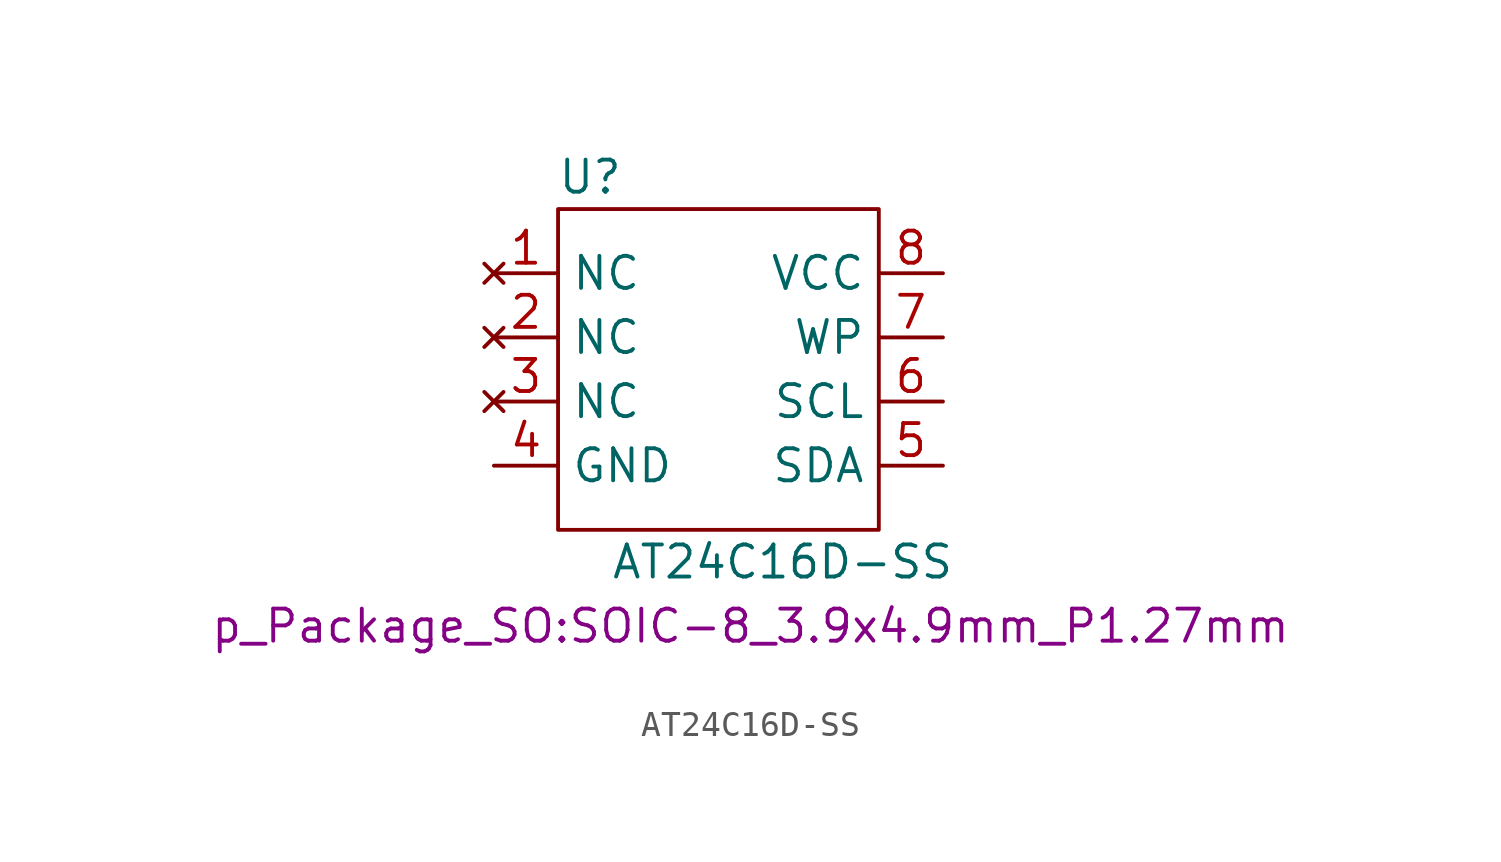
<source format=kicad_sym>
(kicad_symbol_lib
  (version 20220914)
  (generator kicad_symbol_editor)
  (symbol "AT24C16D-SS"
    (property "Reference" "U"
      (at -5.08 7.62 0)
      (effects (font (size 1.27 1.27))))
    (property "Value" "AT24C16D-SS"
      (at 2.54 -7.62 0)
      (effects (font (size 1.27 1.27))))
    (property "Footprint" "p_Package_SO:SOIC-8_3.9x4.9mm_P1.27mm"
      (at 1.27 -10.16 0)
      (effects (font (size 1.27 1.27))))
    (symbol "AT24C16D-SS_0_1"
      (rectangle (start -6.35 6.35) (end 6.35 -6.35) (stroke (width 0) (type default)) (fill (type none))))
    (symbol "AT24C16D-SS_1_1"
      (pin no_connect line (at -8.89 3.81 0) (length 2.54) (name "NC" (effects (font (size 1.27 1.27)))) (number "1" (effects (font (size 1.27 1.27)))))
      (pin no_connect line (at -8.89 1.27 0) (length 2.54) (name "NC" (effects (font (size 1.27 1.27)))) (number "2" (effects (font (size 1.27 1.27)))))
      (pin no_connect line (at -8.89 -1.27 0) (length 2.54) (name "NC" (effects (font (size 1.27 1.27)))) (number "3" (effects (font (size 1.27 1.27)))))
      (pin passive line (at -8.89 -3.81 0) (length 2.54) (name "GND" (effects (font (size 1.27 1.27)))) (number "4" (effects (font (size 1.27 1.27)))))
      (pin bidirectional line (at 8.89 -3.81 180) (length 2.54) (name "SDA" (effects (font (size 1.27 1.27)))) (number "5" (effects (font (size 1.27 1.27)))))
      (pin input line (at 8.89 -1.27 180) (length 2.54) (name "SCL" (effects (font (size 1.27 1.27)))) (number "6" (effects (font (size 1.27 1.27)))))
      (pin input line (at 8.89 1.27 180) (length 2.54) (name "WP" (effects (font (size 1.27 1.27)))) (number "7" (effects (font (size 1.27 1.27)))))
      (pin power_in line (at 8.89 3.81 180) (length 2.54) (name "VCC" (effects (font (size 1.27 1.27)))) (number "8" (effects (font (size 1.27 1.27))))))))
</source>
